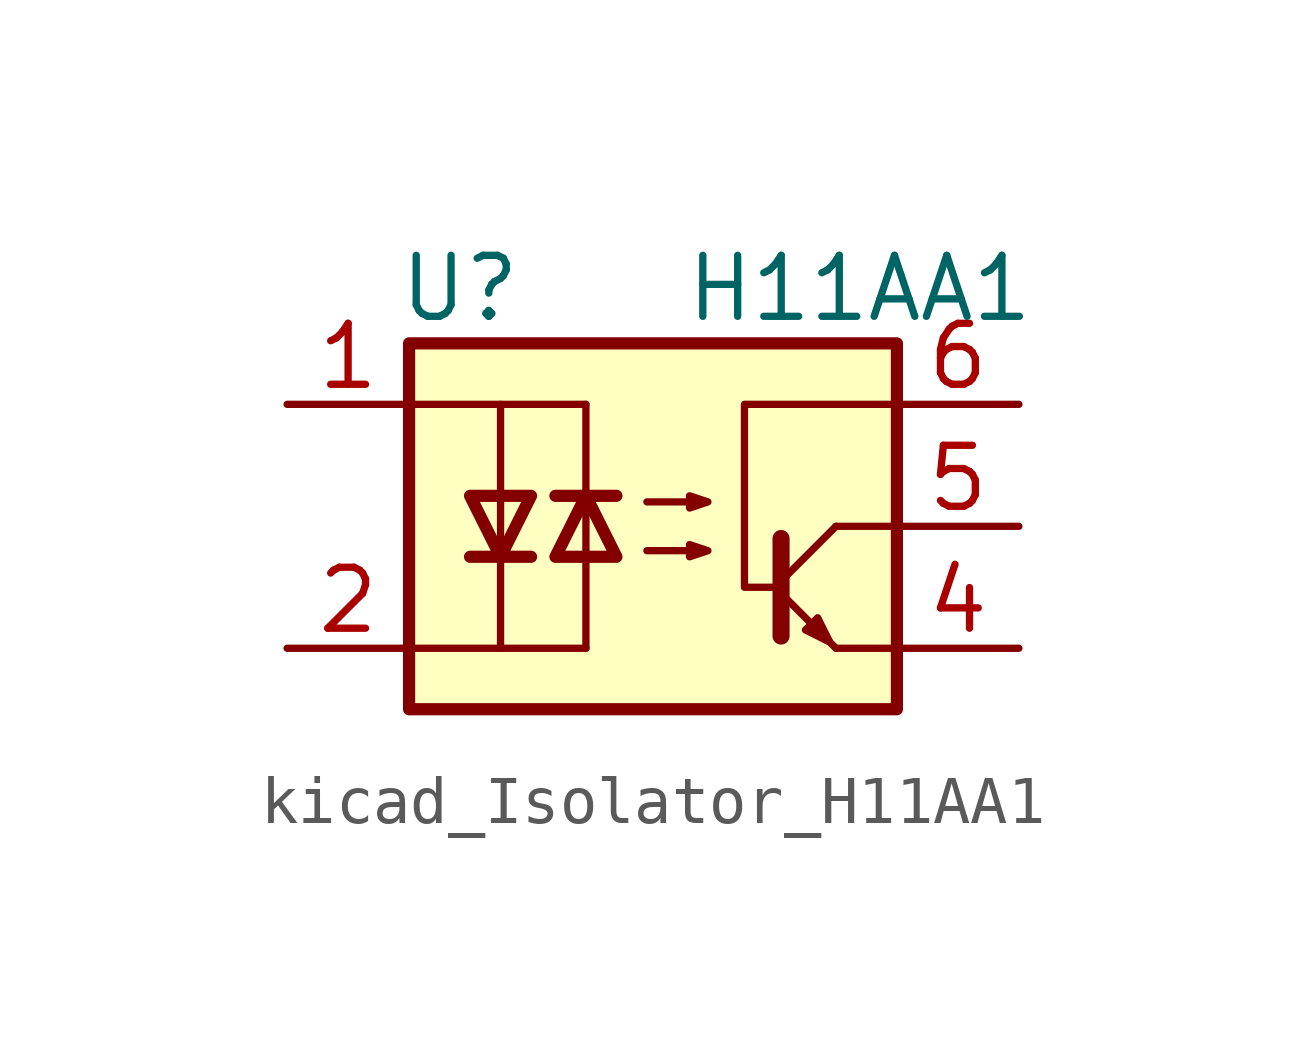
<source format=kicad_sym>
(kicad_symbol_lib
  (version 20220914)
  (generator kicad_symbol_editor)
  (symbol "kicad_Isolator_H11AA1"
    (property "Reference" "U"
      (at -5.334 4.953 0)
      (effects (font (size 1.27 1.27)) (justify left)))
    (property "Value" "H11AA1"
      (at 0.635 4.953 0)
      (effects (font (size 1.27 1.27)) (justify left)))
    (symbol "kicad_Isolator_H11AA1_0_1"
      (polyline (pts (xy -2.032 0.635) (xy -0.762 0.635)) (stroke (width 0.254) (type default)) (fill (type none)))
      (polyline (pts (xy -1.397 -2.54) (xy -3.175 -2.54)) (stroke (width 0.152) (type default)) (fill (type none)))
      (polyline (pts (xy -1.397 -0.635) (xy -1.397 -2.54)) (stroke (width 0) (type default)) (fill (type none)))
      (polyline (pts (xy -1.397 0.635) (xy -1.397 -0.635)) (stroke (width 0) (type default)) (fill (type none)))
      (polyline (pts (xy -1.397 0.635) (xy -1.397 2.54)) (stroke (width 0) (type default)) (fill (type none)))
      (polyline (pts (xy -1.397 2.54) (xy -3.175 2.54)) (stroke (width 0.152) (type default)) (fill (type none)))
      (polyline (pts (xy -1.397 0.635) (xy -2.032 -0.635) (xy -0.762 -0.635) (xy -1.397 0.635)) (stroke (width 0.254) (type default)) (fill (type none))))
    (symbol "kicad_Isolator_H11AA1_1_1"
      (rectangle (start -5.08 3.81) (end 5.08 -3.81) (stroke (width 0.254) (type default)) (fill (type background)))
      (polyline (pts (xy -3.81 -0.635) (xy -2.54 -0.635)) (stroke (width 0.254) (type default)) (fill (type none)))
      (polyline (pts (xy 2.667 -1.397) (xy 3.81 -2.54)) (stroke (width 0) (type default)) (fill (type none)))
      (polyline (pts (xy 2.667 -1.143) (xy 3.81 0)) (stroke (width 0) (type default)) (fill (type none)))
      (polyline (pts (xy 3.81 -2.54) (xy 5.08 -2.54)) (stroke (width 0) (type default)) (fill (type none)))
      (polyline (pts (xy 3.81 0) (xy 5.08 0)) (stroke (width 0) (type default)) (fill (type none)))
      (polyline (pts (xy 2.667 -0.254) (xy 2.667 -2.286) (xy 2.667 -2.286)) (stroke (width 0.356) (type default)) (fill (type none)))
      (polyline (pts (xy -5.08 -2.54) (xy -3.175 -2.54) (xy -3.175 2.54) (xy -5.08 2.54)) (stroke (width 0) (type default)) (fill (type none)))
      (polyline (pts (xy -3.175 -0.635) (xy -3.81 0.635) (xy -2.54 0.635) (xy -3.175 -0.635)) (stroke (width 0.254) (type default)) (fill (type none)))
      (polyline (pts (xy 3.683 -2.413) (xy 3.429 -1.905) (xy 3.175 -2.159) (xy 3.683 -2.413)) (stroke (width 0) (type default)) (fill (type none)))
      (polyline (pts (xy 5.08 2.54) (xy 1.905 2.54) (xy 1.905 -1.27) (xy 2.54 -1.27)) (stroke (width 0) (type default)) (fill (type none)))
      (polyline (pts (xy -0.127 -0.508) (xy 1.143 -0.508) (xy 0.762 -0.635) (xy 0.762 -0.381) (xy 1.143 -0.508)) (stroke (width 0) (type default)) (fill (type none)))
      (polyline (pts (xy -0.127 0.508) (xy 1.143 0.508) (xy 0.762 0.381) (xy 0.762 0.635) (xy 1.143 0.508)) (stroke (width 0) (type default)) (fill (type none)))
      (pin passive line (at -7.62 2.54 0) (length 2.54) (name "~" (effects (font (size 1.27 1.27)))) (number "1" (effects (font (size 1.27 1.27)))))
      (pin passive line (at -7.62 -2.54 0) (length 2.54) (name "~" (effects (font (size 1.27 1.27)))) (number "2" (effects (font (size 1.27 1.27)))))
      (pin no_connect line (at -5.08 0 0) (length 2.54) hide (name "NC" (effects (font (size 1.27 1.27)))) (number "3" (effects (font (size 1.27 1.27)))))
      (pin passive line (at 7.62 -2.54 180) (length 2.54) (name "~" (effects (font (size 1.27 1.27)))) (number "4" (effects (font (size 1.27 1.27)))))
      (pin passive line (at 7.62 0 180) (length 2.54) (name "~" (effects (font (size 1.27 1.27)))) (number "5" (effects (font (size 1.27 1.27)))))
      (pin passive line (at 7.62 2.54 180) (length 2.54) (name "~" (effects (font (size 1.27 1.27)))) (number "6" (effects (font (size 1.27 1.27))))))))
</source>
